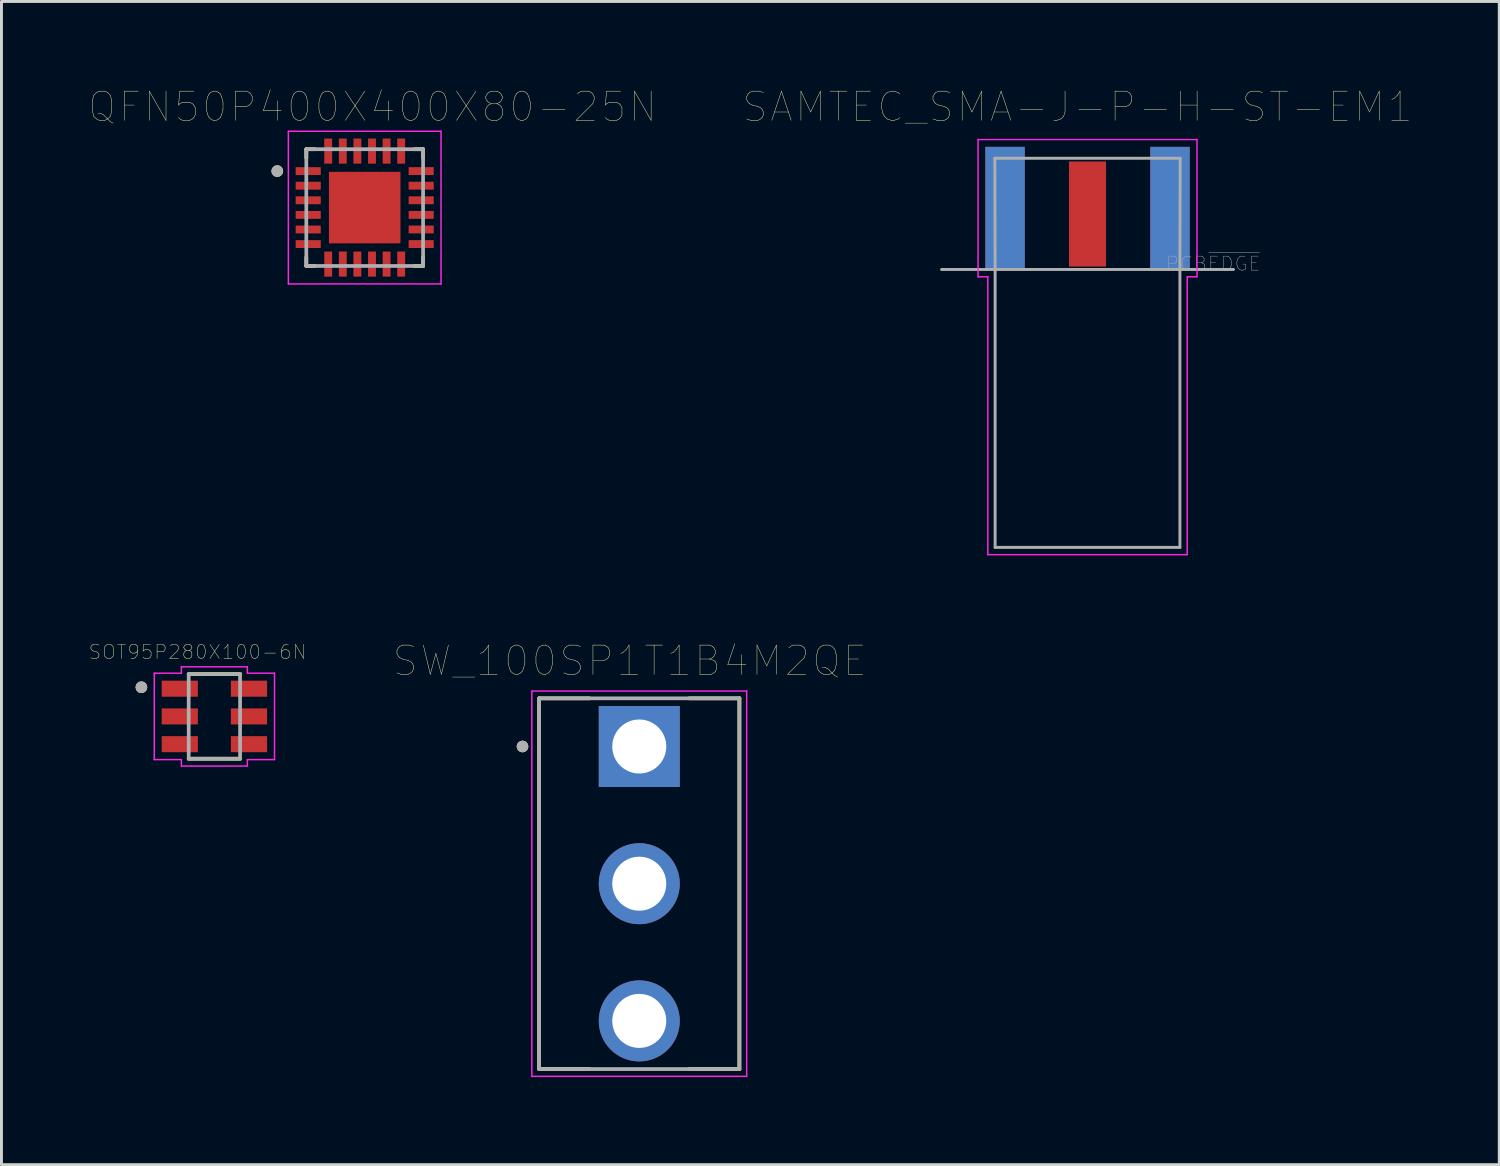
<source format=kicad_pcb>
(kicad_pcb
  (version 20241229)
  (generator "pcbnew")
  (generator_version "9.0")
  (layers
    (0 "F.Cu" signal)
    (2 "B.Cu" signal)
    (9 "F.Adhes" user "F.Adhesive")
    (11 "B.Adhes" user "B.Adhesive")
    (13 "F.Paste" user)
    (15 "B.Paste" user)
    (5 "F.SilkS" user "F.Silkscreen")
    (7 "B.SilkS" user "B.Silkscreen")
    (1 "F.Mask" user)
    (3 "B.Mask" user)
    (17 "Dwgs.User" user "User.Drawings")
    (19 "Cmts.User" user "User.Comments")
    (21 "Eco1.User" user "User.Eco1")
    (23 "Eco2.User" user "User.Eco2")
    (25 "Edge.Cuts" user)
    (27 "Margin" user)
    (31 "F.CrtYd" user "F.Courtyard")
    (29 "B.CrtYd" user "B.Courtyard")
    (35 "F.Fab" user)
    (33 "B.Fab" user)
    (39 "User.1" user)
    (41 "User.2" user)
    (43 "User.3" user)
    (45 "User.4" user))
  (footprint "SW_100SP1T1B4M2QE"
    (layer "F.Cu")
    (at 18.849 27.222)
    (property "Reference" "SW_100SP1T1B4M2QE" (at -0.325 -7.635 0) (layer "F.SilkS") (effects (font (size 1 1) (thickness 0.015))))
    (attr through_hole)
    (fp_line (start -3.43 6.35) (end -3.43 -6.35) (stroke (width 0.127) (type solid)) (layer "F.SilkS"))
    (fp_line (start -1.71 -6.35) (end -3.43 -6.35) (stroke (width 0.127) (type solid)) (layer "F.SilkS"))
    (fp_line (start -1.71 6.35) (end -3.43 6.35) (stroke (width 0.127) (type solid)) (layer "F.SilkS"))
    (fp_line (start 3.43 -6.35) (end 1.71 -6.35) (stroke (width 0.127) (type solid)) (layer "F.SilkS"))
    (fp_line (start 3.43 -6.35) (end 3.43 6.35) (stroke (width 0.127) (type solid)) (layer "F.SilkS"))
    (fp_line (start 3.43 6.35) (end 1.71 6.35) (stroke (width 0.127) (type solid)) (layer "F.SilkS"))
    (fp_circle (center -4 -4.7) (end -3.9 -4.7) (stroke (width 0.2) (type solid)) (fill no) (layer "F.SilkS"))
    (fp_line (start -3.68 -6.6) (end -3.68 6.6) (stroke (width 0.05) (type solid)) (layer "F.CrtYd"))
    (fp_line (start -3.68 6.6) (end 3.68 6.6) (stroke (width 0.05) (type solid)) (layer "F.CrtYd"))
    (fp_line (start 3.68 -6.6) (end -3.68 -6.6) (stroke (width 0.05) (type solid)) (layer "F.CrtYd"))
    (fp_line (start 3.68 6.6) (end 3.68 -6.6) (stroke (width 0.05) (type solid)) (layer "F.CrtYd"))
    (fp_line (start -3.43 -6.35) (end -3.43 6.35) (stroke (width 0.127) (type solid)) (layer "F.Fab"))
    (fp_line (start -3.43 6.35) (end 3.43 6.35) (stroke (width 0.127) (type solid)) (layer "F.Fab"))
    (fp_line (start 3.43 -6.35) (end -3.43 -6.35) (stroke (width 0.127) (type solid)) (layer "F.Fab"))
    (fp_line (start 3.43 6.35) (end 3.43 -6.35) (stroke (width 0.127) (type solid)) (layer "F.Fab"))
    (fp_circle (center -4 -4.7) (end -3.9 -4.7) (stroke (width 0.2) (type solid)) (fill no) (layer "F.Fab"))
    (pad "1" thru_hole rect (at 0 -4.7) (size 2.775 2.775) (drill 1.85) (layers "*.Cu" "*.Mask"))
    (pad "2" thru_hole circle (at 0 0) (size 2.775 2.775) (drill 1.85) (layers "*.Cu" "*.Mask"))
    (pad "3" thru_hole circle (at 0 4.7) (size 2.775 2.775) (drill 1.85) (layers "*.Cu" "*.Mask")))
  (footprint "QFN50P400X400X80-25N"
    (layer "F.Cu")
    (at 9.443 4.061)
    (property "Reference" "QFN50P400X400X80-25N" (at 0.265 -3.45 0) (layer "F.SilkS") (effects (font (size 1 1) (thickness 0.015))))
    (attr through_hole)
    (fp_line (start -2 -2) (end -2 -1.705) (stroke (width 0.127) (type solid)) (layer "F.SilkS"))
    (fp_line (start -2 -2) (end -1.705 -2) (stroke (width 0.127) (type solid)) (layer "F.SilkS"))
    (fp_line (start -2 2) (end -2 1.705) (stroke (width 0.127) (type solid)) (layer "F.SilkS"))
    (fp_line (start -2 2) (end -1.705 2) (stroke (width 0.127) (type solid)) (layer "F.SilkS"))
    (fp_line (start 2 -2) (end 1.705 -2) (stroke (width 0.127) (type solid)) (layer "F.SilkS"))
    (fp_line (start 2 -2) (end 2 -1.705) (stroke (width 0.127) (type solid)) (layer "F.SilkS"))
    (fp_line (start 2 2) (end 1.705 2) (stroke (width 0.127) (type solid)) (layer "F.SilkS"))
    (fp_line (start 2 2) (end 2 1.705) (stroke (width 0.127) (type solid)) (layer "F.SilkS"))
    (fp_circle (center -2.995 -1.25) (end -2.895 -1.25) (stroke (width 0.2) (type solid)) (fill no) (layer "F.SilkS"))
    (fp_poly (pts (xy -0.77 -0.77) (xy 0.77 -0.77) (xy 0.77 0.77) (xy -0.77 0.77)) (stroke (width 0.01) (type solid)) (fill yes) (layer "F.Paste"))
    (fp_line (start -2.615 -2.615) (end 2.615 -2.615) (stroke (width 0.05) (type solid)) (layer "F.CrtYd"))
    (fp_line (start -2.615 2.615) (end -2.615 -2.615) (stroke (width 0.05) (type solid)) (layer "F.CrtYd"))
    (fp_line (start -2.615 2.615) (end 2.615 2.615) (stroke (width 0.05) (type solid)) (layer "F.CrtYd"))
    (fp_line (start 2.615 2.615) (end 2.615 -2.615) (stroke (width 0.05) (type solid)) (layer "F.CrtYd"))
    (fp_line (start -2 2) (end -2 -2) (stroke (width 0.127) (type solid)) (layer "F.Fab"))
    (fp_line (start 2 -2) (end -2 -2) (stroke (width 0.127) (type solid)) (layer "F.Fab"))
    (fp_line (start 2 2) (end -2 2) (stroke (width 0.127) (type solid)) (layer "F.Fab"))
    (fp_line (start 2 2) (end 2 -2) (stroke (width 0.127) (type solid)) (layer "F.Fab"))
    (fp_circle (center -2.995 -1.25) (end -2.895 -1.25) (stroke (width 0.2) (type solid)) (fill no) (layer "F.Fab"))
    (pad "1" smd rect (at -1.935 -1.25) (size 0.86 0.27) (layers "F.Cu" "F.Mask" "F.Paste"))
    (pad "2" smd rect (at -1.935 -0.75) (size 0.86 0.27) (layers "F.Cu" "F.Mask" "F.Paste"))
    (pad "3" smd rect (at -1.935 -0.25) (size 0.86 0.27) (layers "F.Cu" "F.Mask" "F.Paste"))
    (pad "4" smd rect (at -1.935 0.25) (size 0.86 0.27) (layers "F.Cu" "F.Mask" "F.Paste"))
    (pad "5" smd rect (at -1.935 0.75) (size 0.86 0.27) (layers "F.Cu" "F.Mask" "F.Paste"))
    (pad "6" smd rect (at -1.935 1.25) (size 0.86 0.27) (layers "F.Cu" "F.Mask" "F.Paste"))
    (pad "7" smd rect (at -1.25 1.935) (size 0.27 0.86) (layers "F.Cu" "F.Mask" "F.Paste"))
    (pad "8" smd rect (at -0.75 1.935) (size 0.27 0.86) (layers "F.Cu" "F.Mask" "F.Paste"))
    (pad "9" smd rect (at -0.25 1.935) (size 0.27 0.86) (layers "F.Cu" "F.Mask" "F.Paste"))
    (pad "10" smd rect (at 0.25 1.935) (size 0.27 0.86) (layers "F.Cu" "F.Mask" "F.Paste"))
    (pad "11" smd rect (at 0.75 1.935) (size 0.27 0.86) (layers "F.Cu" "F.Mask" "F.Paste"))
    (pad "12" smd rect (at 1.25 1.935) (size 0.27 0.86) (layers "F.Cu" "F.Mask" "F.Paste"))
    (pad "13" smd rect (at 1.935 1.25) (size 0.86 0.27) (layers "F.Cu" "F.Mask" "F.Paste"))
    (pad "14" smd rect (at 1.935 0.75) (size 0.86 0.27) (layers "F.Cu" "F.Mask" "F.Paste"))
    (pad "15" smd rect (at 1.935 0.25) (size 0.86 0.27) (layers "F.Cu" "F.Mask" "F.Paste"))
    (pad "16" smd rect (at 1.935 -0.25) (size 0.86 0.27) (layers "F.Cu" "F.Mask" "F.Paste"))
    (pad "17" smd rect (at 1.935 -0.75) (size 0.86 0.27) (layers "F.Cu" "F.Mask" "F.Paste"))
    (pad "18" smd rect (at 1.935 -1.25) (size 0.86 0.27) (layers "F.Cu" "F.Mask" "F.Paste"))
    (pad "19" smd rect (at 1.25 -1.935) (size 0.27 0.86) (layers "F.Cu" "F.Mask" "F.Paste"))
    (pad "20" smd rect (at 0.75 -1.935) (size 0.27 0.86) (layers "F.Cu" "F.Mask" "F.Paste"))
    (pad "21" smd rect (at 0.25 -1.935) (size 0.27 0.86) (layers "F.Cu" "F.Mask" "F.Paste"))
    (pad "22" smd rect (at -0.25 -1.935) (size 0.27 0.86) (layers "F.Cu" "F.Mask" "F.Paste"))
    (pad "23" smd rect (at -0.75 -1.935) (size 0.27 0.86) (layers "F.Cu" "F.Mask" "F.Paste"))
    (pad "24" smd rect (at -1.25 -1.935) (size 0.27 0.86) (layers "F.Cu" "F.Mask" "F.Paste"))
    (pad "25" smd rect (at 0 0) (size 2.45 2.45) (layers "F.Cu" "F.Mask")))
  (footprint "SAMTEC_SMA-J-P-H-ST-EM1"
    (layer "F.Cu")
    (at 34.204 4.281)
    (property "Reference" "SAMTEC_SMA-J-P-H-ST-EM1" (at -0.341 -3.67 0) (layer "F.SilkS") (effects (font (size 1 1) (thickness 0.015))))
    (attr through_hole)
    (fp_line (start -3.75 -2.55) (end 3.75 -2.55) (stroke (width 0.05) (type solid)) (layer "F.CrtYd"))
    (fp_line (start -3.75 2.15) (end -3.75 -2.55) (stroke (width 0.05) (type solid)) (layer "F.CrtYd"))
    (fp_line (start -3.415 2.15) (end -3.75 2.15) (stroke (width 0.05) (type solid)) (layer "F.CrtYd"))
    (fp_line (start -3.415 11.67) (end -3.415 2.15) (stroke (width 0.05) (type solid)) (layer "F.CrtYd"))
    (fp_line (start 3.415 2.15) (end 3.415 11.67) (stroke (width 0.05) (type solid)) (layer "F.CrtYd"))
    (fp_line (start 3.415 11.67) (end -3.415 11.67) (stroke (width 0.05) (type solid)) (layer "F.CrtYd"))
    (fp_line (start 3.75 -2.55) (end 3.75 2.15) (stroke (width 0.05) (type solid)) (layer "F.CrtYd"))
    (fp_line (start 3.75 2.15) (end 3.415 2.15) (stroke (width 0.05) (type solid)) (layer "F.CrtYd"))
    (fp_line (start -5 1.9) (end -3.165 1.9) (stroke (width 0.1) (type solid)) (layer "F.Fab"))
    (fp_line (start -3.175 -1.91) (end 3.175 -1.91) (stroke (width 0.1) (type solid)) (layer "F.Fab"))
    (fp_line (start -3.165 1.9) (end -3.175 -1.91) (stroke (width 0.1) (type solid)) (layer "F.Fab"))
    (fp_line (start -3.165 1.9) (end 3.165 1.9) (stroke (width 0.1) (type solid)) (layer "F.Fab"))
    (fp_line (start -3.165 11.42) (end -3.165 1.9) (stroke (width 0.1) (type solid)) (layer "F.Fab"))
    (fp_line (start 3.165 1.9) (end 3.165 11.42) (stroke (width 0.1) (type solid)) (layer "F.Fab"))
    (fp_line (start 3.165 1.9) (end 5 1.9) (stroke (width 0.1) (type solid)) (layer "F.Fab"))
    (fp_line (start 3.165 11.42) (end -3.165 11.42) (stroke (width 0.1) (type solid)) (layer "F.Fab"))
    (fp_line (start 3.175 -1.91) (end 3.165 1.9) (stroke (width 0.1) (type solid)) (layer "F.Fab"))
    (fp_text user "PCB~{EDGE}" (at 4.304 1.702 0) (layer "F.Fab") (effects (font (size 0.48 0.48) (thickness 0.015))))
    (pad "1" smd rect (at 0 0) (size 1.27 3.6) (layers "F.Cu" "F.Mask" "F.Paste"))
    (pad "2_1" smd rect (at -2.825 -0.2) (size 1.35 4.2) (layers "F.Cu" "F.Mask" "F.Paste"))
    (pad "2_2" smd rect (at -2.825 -0.2) (size 1.35 4.2) (layers "B.Cu" "B.Mask" "B.Paste"))
    (pad "3_1" smd rect (at 2.825 -0.2) (size 1.35 4.2) (layers "F.Cu" "F.Mask" "F.Paste"))
    (pad "3_2" smd rect (at 2.825 -0.2) (size 1.35 4.2) (layers "B.Cu" "B.Mask" "B.Paste")))
  (footprint "SOT95P280X100-6N"
    (layer "F.Cu")
    (at 4.294 21.492)
    (property "Reference" "SOT95P280X100-6N" (at -0.577 -2.208 0) (layer "F.SilkS") (effects (font (size 0.481 0.481) (thickness 0.015))))
    (attr through_hole)
    (fp_line (start -0.88 -1.45) (end 0.88 -1.45) (stroke (width 0.127) (type solid)) (layer "F.SilkS"))
    (fp_line (start -0.88 1.45) (end 0.88 1.45) (stroke (width 0.127) (type solid)) (layer "F.SilkS"))
    (fp_circle (center -2.5 -1) (end -2.4 -1) (stroke (width 0.2) (type solid)) (fill no) (layer "F.SilkS"))
    (fp_line (start -2.06 -1.48) (end -1.13 -1.48) (stroke (width 0.05) (type solid)) (layer "F.CrtYd"))
    (fp_line (start -2.06 1.48) (end -2.06 -1.48) (stroke (width 0.05) (type solid)) (layer "F.CrtYd"))
    (fp_line (start -1.13 -1.7) (end 1.13 -1.7) (stroke (width 0.05) (type solid)) (layer "F.CrtYd"))
    (fp_line (start -1.13 -1.48) (end -1.13 -1.7) (stroke (width 0.05) (type solid)) (layer "F.CrtYd"))
    (fp_line (start -1.13 1.48) (end -2.06 1.48) (stroke (width 0.05) (type solid)) (layer "F.CrtYd"))
    (fp_line (start -1.13 1.7) (end -1.13 1.48) (stroke (width 0.05) (type solid)) (layer "F.CrtYd"))
    (fp_line (start 1.13 -1.7) (end 1.13 -1.48) (stroke (width 0.05) (type solid)) (layer "F.CrtYd"))
    (fp_line (start 1.13 -1.48) (end 2.06 -1.48) (stroke (width 0.05) (type solid)) (layer "F.CrtYd"))
    (fp_line (start 1.13 1.48) (end 1.13 1.7) (stroke (width 0.05) (type solid)) (layer "F.CrtYd"))
    (fp_line (start 1.13 1.7) (end -1.13 1.7) (stroke (width 0.05) (type solid)) (layer "F.CrtYd"))
    (fp_line (start 2.06 -1.48) (end 2.06 1.48) (stroke (width 0.05) (type solid)) (layer "F.CrtYd"))
    (fp_line (start 2.06 1.48) (end 1.13 1.48) (stroke (width 0.05) (type solid)) (layer "F.CrtYd"))
    (fp_line (start -0.88 -1.45) (end 0.88 -1.45) (stroke (width 0.127) (type solid)) (layer "F.Fab"))
    (fp_line (start -0.88 1.45) (end -0.88 -1.45) (stroke (width 0.127) (type solid)) (layer "F.Fab"))
    (fp_line (start 0.88 -1.45) (end 0.88 1.45) (stroke (width 0.127) (type solid)) (layer "F.Fab"))
    (fp_line (start 0.88 1.45) (end -0.88 1.45) (stroke (width 0.127) (type solid)) (layer "F.Fab"))
    (fp_circle (center -2.5 -1) (end -2.4 -1) (stroke (width 0.2) (type solid)) (fill no) (layer "F.Fab"))
    (pad "1" smd rect (at -1.185 -0.95) (size 1.24 0.55) (layers "F.Cu" "F.Mask" "F.Paste"))
    (pad "2" smd rect (at -1.185 0) (size 1.24 0.55) (layers "F.Cu" "F.Mask" "F.Paste"))
    (pad "3" smd rect (at -1.185 0.95) (size 1.24 0.55) (layers "F.Cu" "F.Mask" "F.Paste"))
    (pad "4" smd rect (at 1.185 0.95) (size 1.24 0.55) (layers "F.Cu" "F.Mask" "F.Paste"))
    (pad "5" smd rect (at 1.185 0) (size 1.24 0.55) (layers "F.Cu" "F.Mask" "F.Paste"))
    (pad "6" smd rect (at 1.185 -0.95) (size 1.24 0.55) (layers "F.Cu" "F.Mask" "F.Paste")))
  (gr_rect
    (start -3 -3)
    (end 48.309 36.847)
    (stroke (width 0.1) (type default))
    (fill no)
    (layer "Edge.Cuts")))
</source>
